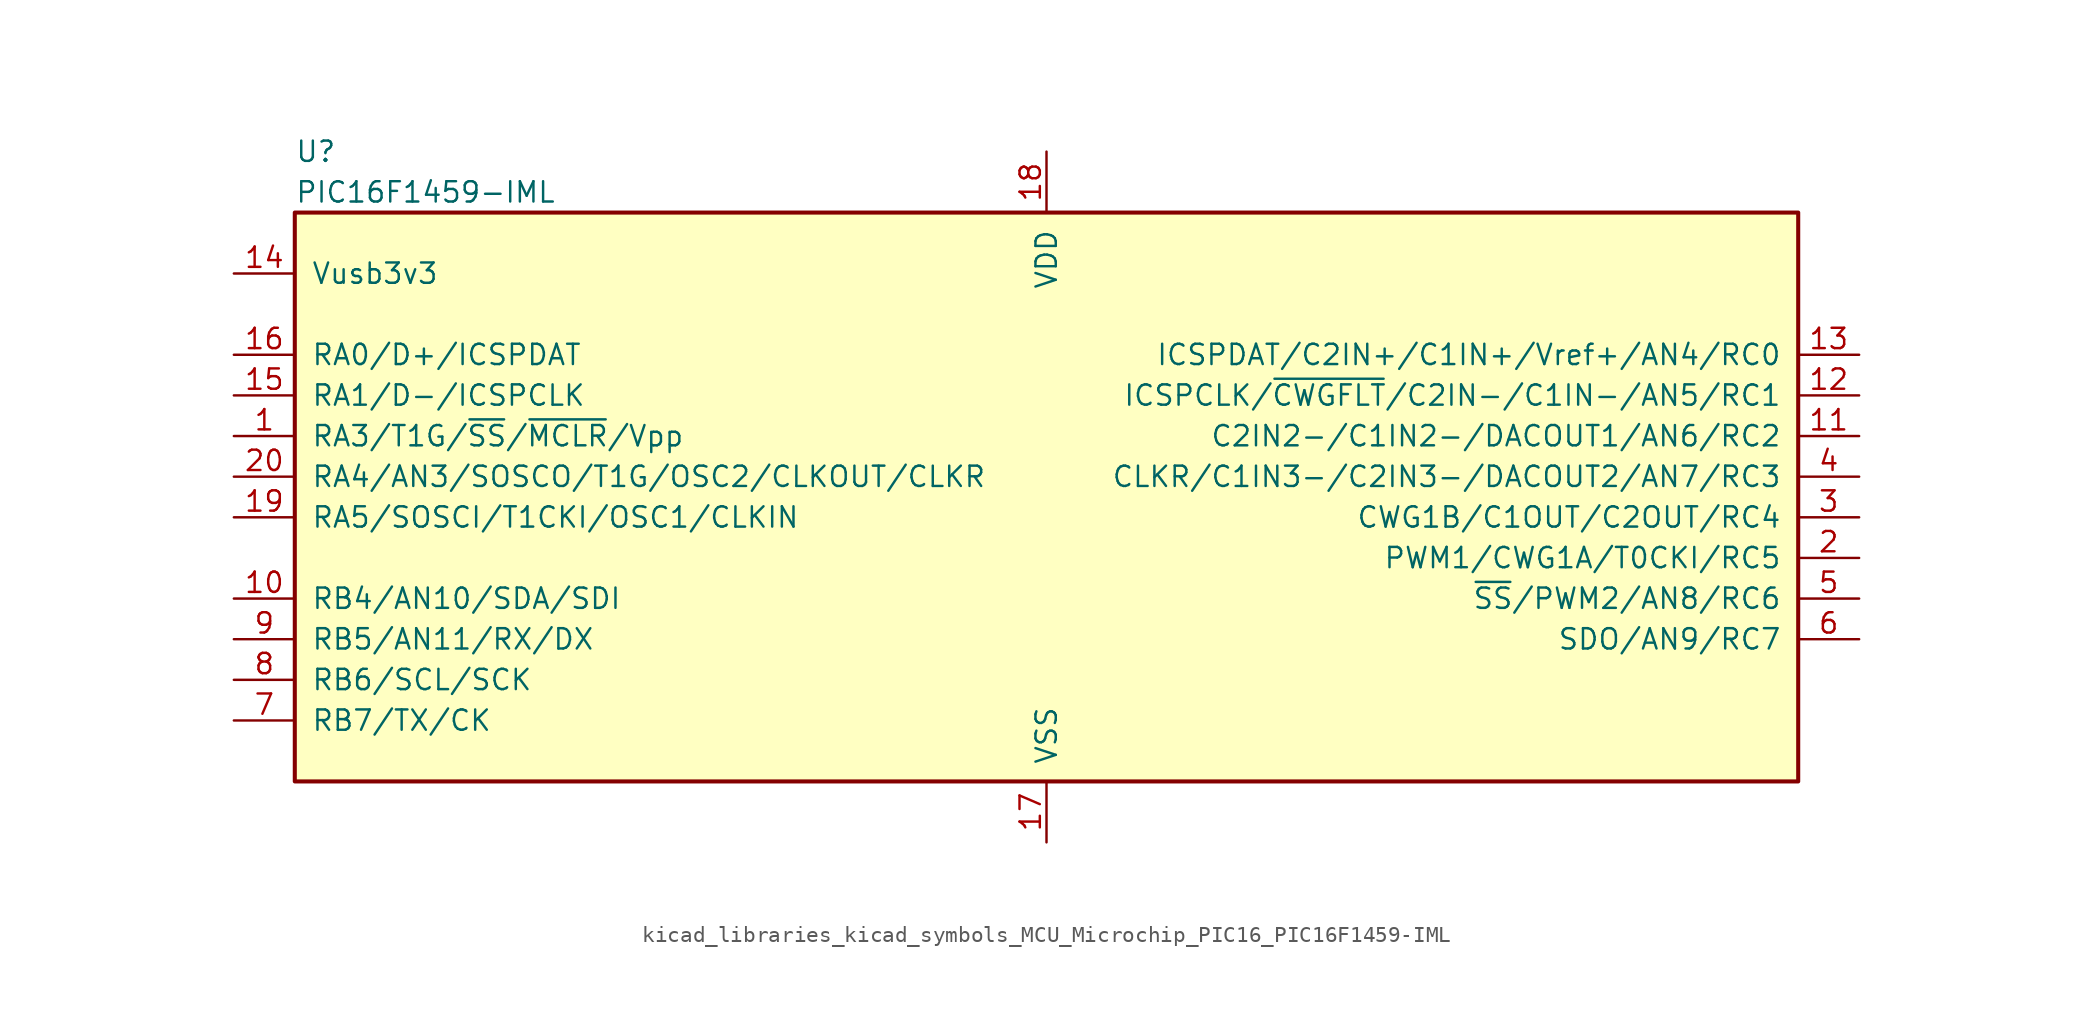
<source format=kicad_sym>
(kicad_symbol_lib
  (version 20220914)
  (generator kicad_symbol_editor)
  (symbol "kicad_libraries_kicad_symbols_MCU_Microchip_PIC16_PIC16F1459-IML"
    (pin_names
      (offset 1.016))
    (property "Reference" "U"
      (at -46.99 17.78 0)
      (effects (font (size 1.27 1.27)) (justify left)))
    (property "Value" "PIC16F1459-IML"
      (at -46.99 15.24 0)
      (effects (font (size 1.27 1.27)) (justify left)))
    (symbol "kicad_libraries_kicad_symbols_MCU_Microchip_PIC16_PIC16F1459-IML_0_1"
      (rectangle (start -46.99 13.97) (end 46.99 -21.59) (stroke (width 0.254) (type default)) (fill (type background))))
    (symbol "kicad_libraries_kicad_symbols_MCU_Microchip_PIC16_PIC16F1459-IML_1_1"
      (pin input line (at -50.8 0 0) (length 3.81) (name "RA3/T1G/~{SS}/~{MCLR}/Vpp" (effects (font (size 1.27 1.27)))) (number "1" (effects (font (size 1.27 1.27)))))
      (pin bidirectional line (at -50.8 -10.16 0) (length 3.81) (name "RB4/AN10/SDA/SDI" (effects (font (size 1.27 1.27)))) (number "10" (effects (font (size 1.27 1.27)))))
      (pin bidirectional line (at 50.8 0 180) (length 3.81) (name "C2IN2-/C1IN2-/DACOUT1/AN6/RC2" (effects (font (size 1.27 1.27)))) (number "11" (effects (font (size 1.27 1.27)))))
      (pin bidirectional line (at 50.8 2.54 180) (length 3.81) (name "ICSPCLK/~{CWGFLT}/C2IN-/C1IN-/AN5/RC1" (effects (font (size 1.27 1.27)))) (number "12" (effects (font (size 1.27 1.27)))))
      (pin bidirectional line (at 50.8 5.08 180) (length 3.81) (name "ICSPDAT/C2IN+/C1IN+/Vref+/AN4/RC0" (effects (font (size 1.27 1.27)))) (number "13" (effects (font (size 1.27 1.27)))))
      (pin bidirectional line (at -50.8 10.16 0) (length 3.81) (name "Vusb3v3" (effects (font (size 1.27 1.27)))) (number "14" (effects (font (size 1.27 1.27)))))
      (pin bidirectional line (at -50.8 2.54 0) (length 3.81) (name "RA1/D-/ICSPCLK" (effects (font (size 1.27 1.27)))) (number "15" (effects (font (size 1.27 1.27)))))
      (pin bidirectional line (at -50.8 5.08 0) (length 3.81) (name "RA0/D+/ICSPDAT" (effects (font (size 1.27 1.27)))) (number "16" (effects (font (size 1.27 1.27)))))
      (pin power_in line (at 0 -25.4 90) (length 3.81) (name "VSS" (effects (font (size 1.27 1.27)))) (number "17" (effects (font (size 1.27 1.27)))))
      (pin power_in line (at 0 17.78 270) (length 3.81) (name "VDD" (effects (font (size 1.27 1.27)))) (number "18" (effects (font (size 1.27 1.27)))))
      (pin bidirectional line (at -50.8 -5.08 0) (length 3.81) (name "RA5/SOSCI/T1CKI/OSC1/CLKIN" (effects (font (size 1.27 1.27)))) (number "19" (effects (font (size 1.27 1.27)))))
      (pin bidirectional line (at 50.8 -7.62 180) (length 3.81) (name "PWM1/CWG1A/T0CKI/RC5" (effects (font (size 1.27 1.27)))) (number "2" (effects (font (size 1.27 1.27)))))
      (pin bidirectional line (at -50.8 -2.54 0) (length 3.81) (name "RA4/AN3/SOSCO/T1G/OSC2/CLKOUT/CLKR" (effects (font (size 1.27 1.27)))) (number "20" (effects (font (size 1.27 1.27)))))
      (pin bidirectional line (at 50.8 -5.08 180) (length 3.81) (name "CWG1B/C1OUT/C2OUT/RC4" (effects (font (size 1.27 1.27)))) (number "3" (effects (font (size 1.27 1.27)))))
      (pin bidirectional line (at 50.8 -2.54 180) (length 3.81) (name "CLKR/C1IN3-/C2IN3-/DACOUT2/AN7/RC3" (effects (font (size 1.27 1.27)))) (number "4" (effects (font (size 1.27 1.27)))))
      (pin bidirectional line (at 50.8 -10.16 180) (length 3.81) (name "~{SS}/PWM2/AN8/RC6" (effects (font (size 1.27 1.27)))) (number "5" (effects (font (size 1.27 1.27)))))
      (pin bidirectional line (at 50.8 -12.7 180) (length 3.81) (name "SDO/AN9/RC7" (effects (font (size 1.27 1.27)))) (number "6" (effects (font (size 1.27 1.27)))))
      (pin bidirectional line (at -50.8 -17.78 0) (length 3.81) (name "RB7/TX/CK" (effects (font (size 1.27 1.27)))) (number "7" (effects (font (size 1.27 1.27)))))
      (pin bidirectional line (at -50.8 -15.24 0) (length 3.81) (name "RB6/SCL/SCK" (effects (font (size 1.27 1.27)))) (number "8" (effects (font (size 1.27 1.27)))))
      (pin bidirectional line (at -50.8 -12.7 0) (length 3.81) (name "RB5/AN11/RX/DX" (effects (font (size 1.27 1.27)))) (number "9" (effects (font (size 1.27 1.27))))))))
</source>
